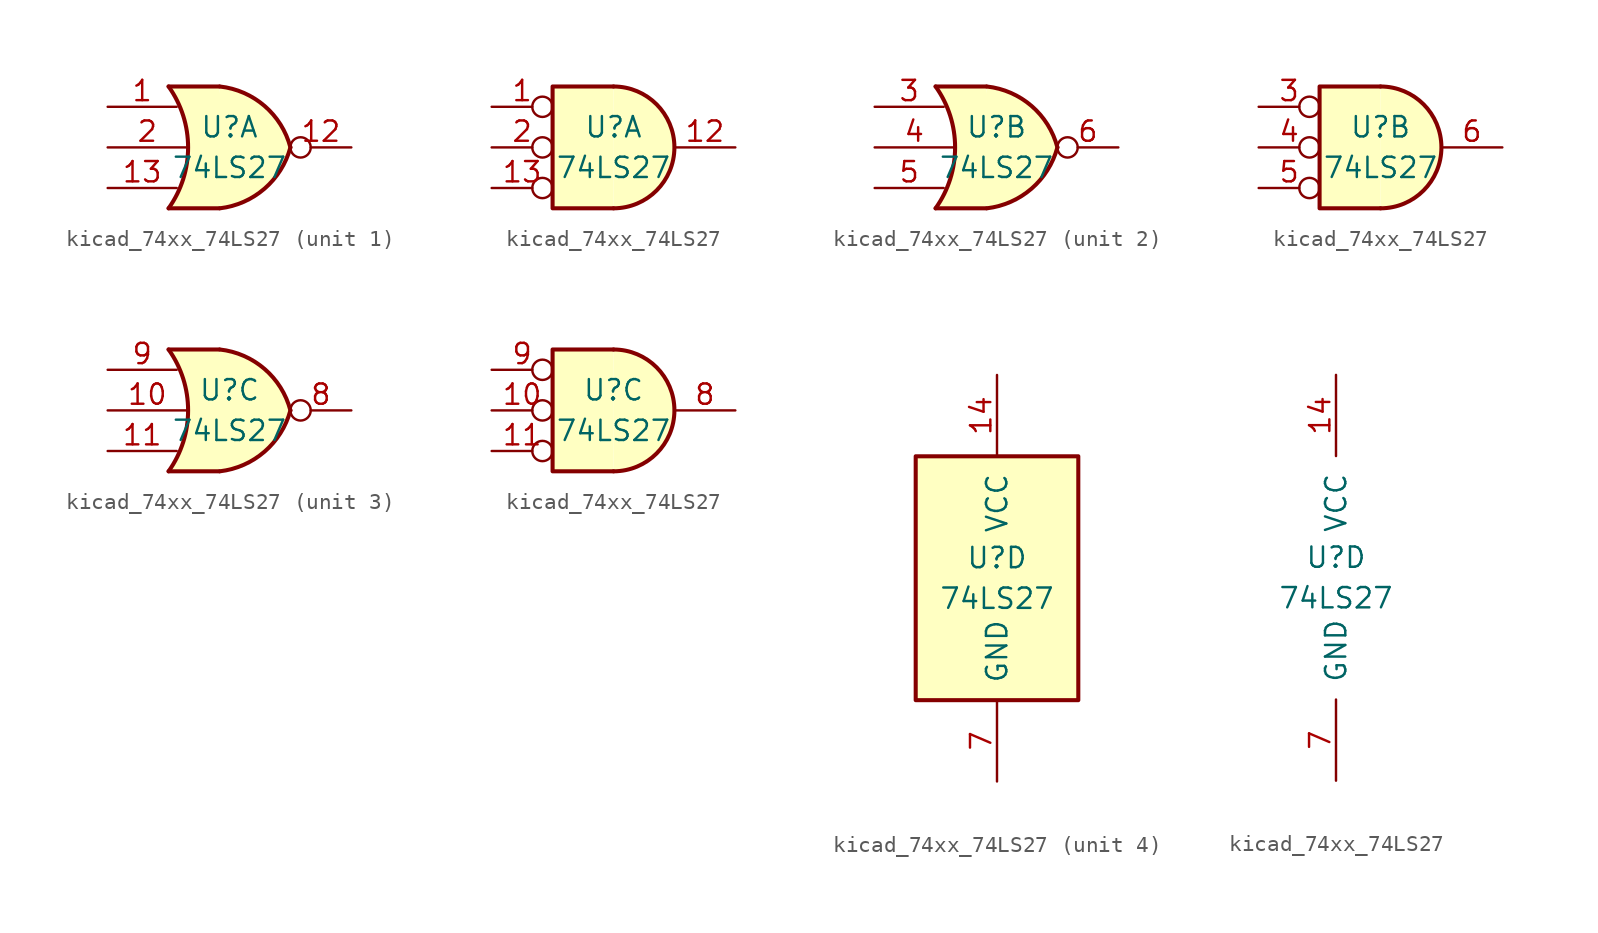
<source format=kicad_sym>
(kicad_symbol_lib
  (version 20220914)
  (generator kicad_symbol_editor)
  (symbol "kicad_74xx_74LS27"
    (pin_names
      (offset 1.016))
    (property "Reference" "U"
      (at 0 1.27 0)
      (effects (font (size 1.27 1.27))))
    (property "Value" "74LS27"
      (at 0 -1.27 0)
      (effects (font (size 1.27 1.27))))
    (property "ki_locked" ""
      (at 0 0 0)
      (effects (font (size 1.27 1.27))))
    (symbol "kicad_74xx_74LS27_1_1"
      (arc (start -3.81 -3.81) (mid -2.589 0) (end -3.81 3.81) (stroke (width 0.254) (type default)) (fill (type none)))
      (arc (start -0.6096 -3.81) (mid 2.1842 -2.5851) (end 3.81 0) (stroke (width 0.254) (type default)) (fill (type background)))
      (polyline (pts (xy -3.81 -3.81) (xy -0.635 -3.81)) (stroke (width 0.254) (type default)) (fill (type background)))
      (polyline (pts (xy -3.81 3.81) (xy -0.635 3.81)) (stroke (width 0.254) (type default)) (fill (type background)))
      (polyline (pts (xy -0.635 3.81) (xy -3.81 3.81) (xy -3.81 3.81) (xy -3.556 3.404) (xy -3.023 2.261) (xy -2.692 1.041) (xy -2.616 -0.254) (xy -2.769 -1.499) (xy -3.175 -2.718) (xy -3.81 -3.81) (xy -3.81 -3.81) (xy -0.635 -3.81)) (stroke (width -25.4) (type default)) (fill (type background)))
      (arc (start 3.81 0) (mid 2.1915 2.5936) (end -0.6096 3.81) (stroke (width 0.254) (type default)) (fill (type background)))
      (pin input line (at -7.62 2.54 0) (length 4.318) (name "~" (effects (font (size 1.27 1.27)))) (number "1" (effects (font (size 1.27 1.27)))))
      (pin output inverted (at 7.62 0 180) (length 3.81) (name "~" (effects (font (size 1.27 1.27)))) (number "12" (effects (font (size 1.27 1.27)))))
      (pin input line (at -7.62 -2.54 0) (length 4.318) (name "~" (effects (font (size 1.27 1.27)))) (number "13" (effects (font (size 1.27 1.27)))))
      (pin input line (at -7.62 0 0) (length 4.953) (name "~" (effects (font (size 1.27 1.27)))) (number "2" (effects (font (size 1.27 1.27))))))
    (symbol "kicad_74xx_74LS27_1_2"
      (arc (start 0 -3.81) (mid 3.7934 0) (end 0 3.81) (stroke (width 0.254) (type default)) (fill (type background)))
      (polyline (pts (xy 0 3.81) (xy -3.81 3.81) (xy -3.81 -3.81) (xy 0 -3.81)) (stroke (width 0.254) (type default)) (fill (type background)))
      (pin input inverted (at -7.62 2.54 0) (length 3.81) (name "~" (effects (font (size 1.27 1.27)))) (number "1" (effects (font (size 1.27 1.27)))))
      (pin output line (at 7.62 0 180) (length 3.81) (name "~" (effects (font (size 1.27 1.27)))) (number "12" (effects (font (size 1.27 1.27)))))
      (pin input inverted (at -7.62 -2.54 0) (length 3.81) (name "~" (effects (font (size 1.27 1.27)))) (number "13" (effects (font (size 1.27 1.27)))))
      (pin input inverted (at -7.62 0 0) (length 3.81) (name "~" (effects (font (size 1.27 1.27)))) (number "2" (effects (font (size 1.27 1.27))))))
    (symbol "kicad_74xx_74LS27_2_1"
      (arc (start -3.81 -3.81) (mid -2.589 0) (end -3.81 3.81) (stroke (width 0.254) (type default)) (fill (type none)))
      (arc (start -0.6096 -3.81) (mid 2.1842 -2.5851) (end 3.81 0) (stroke (width 0.254) (type default)) (fill (type background)))
      (polyline (pts (xy -3.81 -3.81) (xy -0.635 -3.81)) (stroke (width 0.254) (type default)) (fill (type background)))
      (polyline (pts (xy -3.81 3.81) (xy -0.635 3.81)) (stroke (width 0.254) (type default)) (fill (type background)))
      (polyline (pts (xy -0.635 3.81) (xy -3.81 3.81) (xy -3.81 3.81) (xy -3.556 3.404) (xy -3.023 2.261) (xy -2.692 1.041) (xy -2.616 -0.254) (xy -2.769 -1.499) (xy -3.175 -2.718) (xy -3.81 -3.81) (xy -3.81 -3.81) (xy -0.635 -3.81)) (stroke (width -25.4) (type default)) (fill (type background)))
      (arc (start 3.81 0) (mid 2.1915 2.5936) (end -0.6096 3.81) (stroke (width 0.254) (type default)) (fill (type background)))
      (pin input line (at -7.62 2.54 0) (length 4.318) (name "~" (effects (font (size 1.27 1.27)))) (number "3" (effects (font (size 1.27 1.27)))))
      (pin input line (at -7.62 0 0) (length 4.953) (name "~" (effects (font (size 1.27 1.27)))) (number "4" (effects (font (size 1.27 1.27)))))
      (pin input line (at -7.62 -2.54 0) (length 4.318) (name "~" (effects (font (size 1.27 1.27)))) (number "5" (effects (font (size 1.27 1.27)))))
      (pin output inverted (at 7.62 0 180) (length 3.81) (name "~" (effects (font (size 1.27 1.27)))) (number "6" (effects (font (size 1.27 1.27))))))
    (symbol "kicad_74xx_74LS27_2_2"
      (arc (start 0 -3.81) (mid 3.7934 0) (end 0 3.81) (stroke (width 0.254) (type default)) (fill (type background)))
      (polyline (pts (xy 0 3.81) (xy -3.81 3.81) (xy -3.81 -3.81) (xy 0 -3.81)) (stroke (width 0.254) (type default)) (fill (type background)))
      (pin input inverted (at -7.62 2.54 0) (length 3.81) (name "~" (effects (font (size 1.27 1.27)))) (number "3" (effects (font (size 1.27 1.27)))))
      (pin input inverted (at -7.62 0 0) (length 3.81) (name "~" (effects (font (size 1.27 1.27)))) (number "4" (effects (font (size 1.27 1.27)))))
      (pin input inverted (at -7.62 -2.54 0) (length 3.81) (name "~" (effects (font (size 1.27 1.27)))) (number "5" (effects (font (size 1.27 1.27)))))
      (pin output line (at 7.62 0 180) (length 3.81) (name "~" (effects (font (size 1.27 1.27)))) (number "6" (effects (font (size 1.27 1.27))))))
    (symbol "kicad_74xx_74LS27_3_1"
      (arc (start -3.81 -3.81) (mid -2.589 0) (end -3.81 3.81) (stroke (width 0.254) (type default)) (fill (type none)))
      (arc (start -0.6096 -3.81) (mid 2.1842 -2.5851) (end 3.81 0) (stroke (width 0.254) (type default)) (fill (type background)))
      (polyline (pts (xy -3.81 -3.81) (xy -0.635 -3.81)) (stroke (width 0.254) (type default)) (fill (type background)))
      (polyline (pts (xy -3.81 3.81) (xy -0.635 3.81)) (stroke (width 0.254) (type default)) (fill (type background)))
      (polyline (pts (xy -0.635 3.81) (xy -3.81 3.81) (xy -3.81 3.81) (xy -3.556 3.404) (xy -3.023 2.261) (xy -2.692 1.041) (xy -2.616 -0.254) (xy -2.769 -1.499) (xy -3.175 -2.718) (xy -3.81 -3.81) (xy -3.81 -3.81) (xy -0.635 -3.81)) (stroke (width -25.4) (type default)) (fill (type background)))
      (arc (start 3.81 0) (mid 2.1915 2.5936) (end -0.6096 3.81) (stroke (width 0.254) (type default)) (fill (type background)))
      (pin input line (at -7.62 0 0) (length 4.953) (name "~" (effects (font (size 1.27 1.27)))) (number "10" (effects (font (size 1.27 1.27)))))
      (pin input line (at -7.62 -2.54 0) (length 4.318) (name "~" (effects (font (size 1.27 1.27)))) (number "11" (effects (font (size 1.27 1.27)))))
      (pin output inverted (at 7.62 0 180) (length 3.81) (name "~" (effects (font (size 1.27 1.27)))) (number "8" (effects (font (size 1.27 1.27)))))
      (pin input line (at -7.62 2.54 0) (length 4.318) (name "~" (effects (font (size 1.27 1.27)))) (number "9" (effects (font (size 1.27 1.27))))))
    (symbol "kicad_74xx_74LS27_3_2"
      (arc (start 0 -3.81) (mid 3.7934 0) (end 0 3.81) (stroke (width 0.254) (type default)) (fill (type background)))
      (polyline (pts (xy 0 3.81) (xy -3.81 3.81) (xy -3.81 -3.81) (xy 0 -3.81)) (stroke (width 0.254) (type default)) (fill (type background)))
      (pin input inverted (at -7.62 0 0) (length 3.81) (name "~" (effects (font (size 1.27 1.27)))) (number "10" (effects (font (size 1.27 1.27)))))
      (pin input inverted (at -7.62 -2.54 0) (length 3.81) (name "~" (effects (font (size 1.27 1.27)))) (number "11" (effects (font (size 1.27 1.27)))))
      (pin output line (at 7.62 0 180) (length 3.81) (name "~" (effects (font (size 1.27 1.27)))) (number "8" (effects (font (size 1.27 1.27)))))
      (pin input inverted (at -7.62 2.54 0) (length 3.81) (name "~" (effects (font (size 1.27 1.27)))) (number "9" (effects (font (size 1.27 1.27))))))
    (symbol "kicad_74xx_74LS27_4_0"
      (pin power_in line (at 0 12.7 270) (length 5.08) (name "VCC" (effects (font (size 1.27 1.27)))) (number "14" (effects (font (size 1.27 1.27)))))
      (pin power_in line (at 0 -12.7 90) (length 5.08) (name "GND" (effects (font (size 1.27 1.27)))) (number "7" (effects (font (size 1.27 1.27))))))
    (symbol "kicad_74xx_74LS27_4_1"
      (rectangle (start -5.08 7.62) (end 5.08 -7.62) (stroke (width 0.254) (type default)) (fill (type background))))))
</source>
